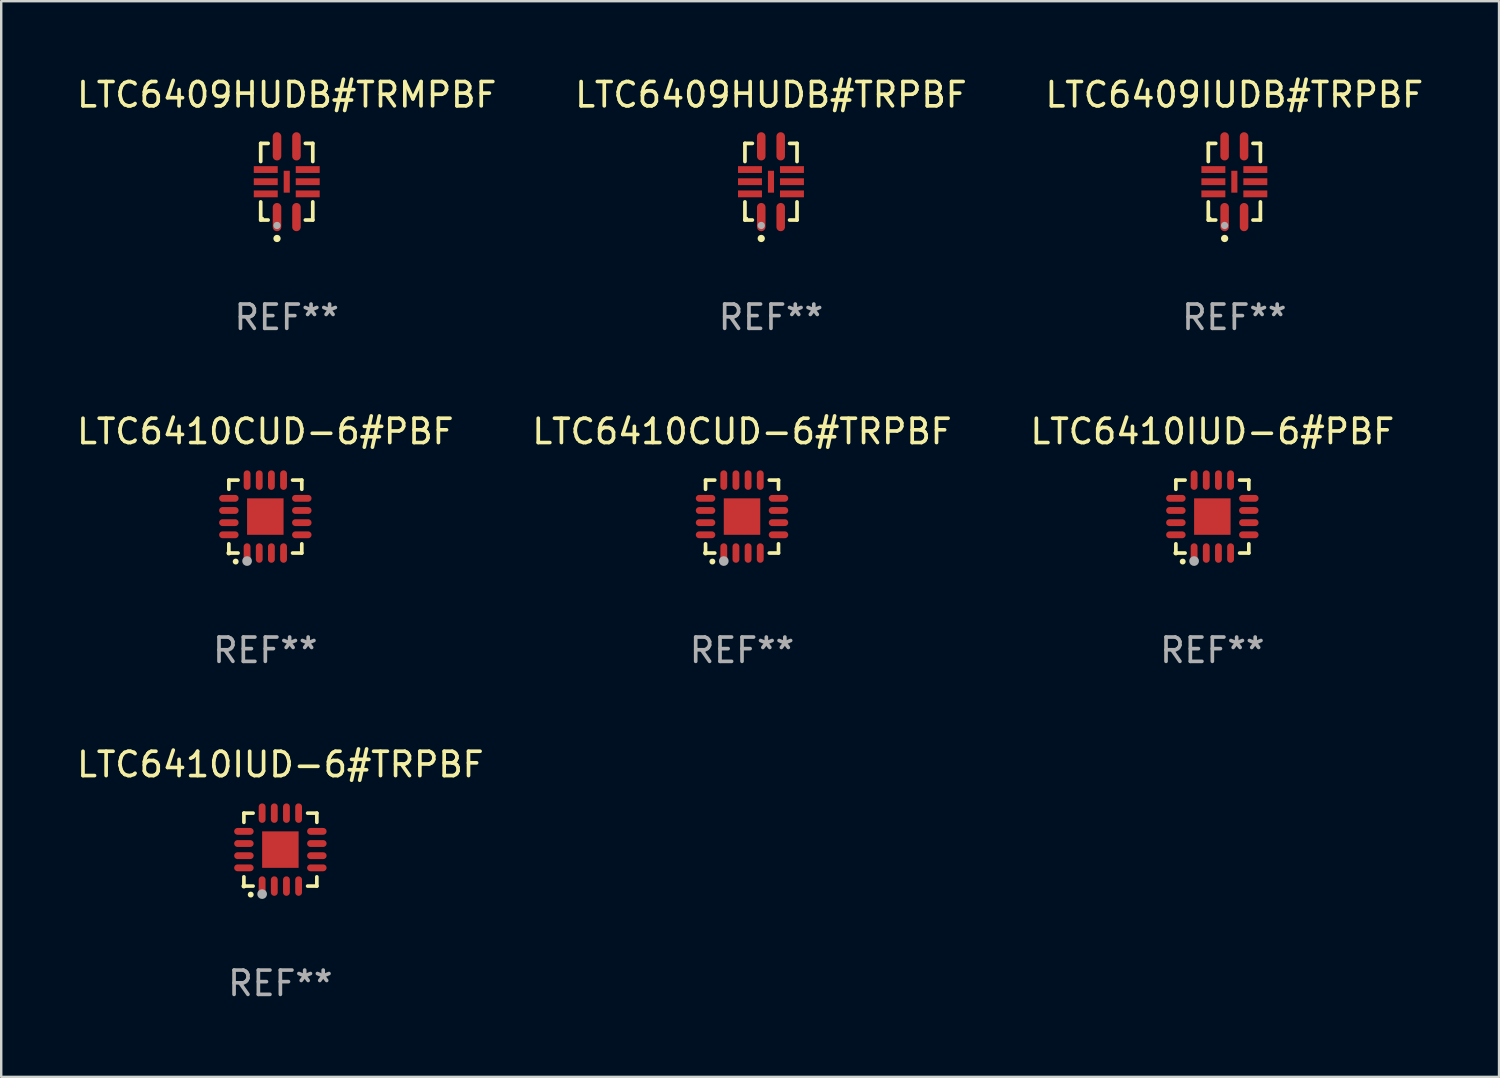
<source format=kicad_pcb>
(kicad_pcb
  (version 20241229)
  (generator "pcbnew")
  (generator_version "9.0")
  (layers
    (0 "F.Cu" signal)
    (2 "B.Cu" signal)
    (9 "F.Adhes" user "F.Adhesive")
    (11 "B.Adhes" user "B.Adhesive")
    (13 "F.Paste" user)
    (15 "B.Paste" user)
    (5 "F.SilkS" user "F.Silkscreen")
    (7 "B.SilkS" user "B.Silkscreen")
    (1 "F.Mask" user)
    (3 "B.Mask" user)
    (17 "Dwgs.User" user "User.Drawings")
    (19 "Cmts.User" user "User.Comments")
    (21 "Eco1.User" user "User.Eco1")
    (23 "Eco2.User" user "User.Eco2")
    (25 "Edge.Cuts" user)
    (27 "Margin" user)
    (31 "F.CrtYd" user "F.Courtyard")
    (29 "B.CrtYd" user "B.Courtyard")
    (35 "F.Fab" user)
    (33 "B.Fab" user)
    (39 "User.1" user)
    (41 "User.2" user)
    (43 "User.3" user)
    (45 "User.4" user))
  (footprint "LTC6409IUDB#TRPBF"
    (layer "F.Cu")
    (at 47.72 4.424)
    (property "Reference" "LTC6409IUDB#TRPBF" (at 0 -3.576 0) (layer "F.SilkS") (effects (font (size 1 1) (thickness 0.15))))
    (attr through_hole)
    (fp_line (start -1.071 -1.576) (end -0.766 -1.576) (stroke (width 0.152) (type solid)) (layer "F.SilkS"))
    (fp_line (start -1.071 -0.831) (end -1.071 -1.576) (stroke (width 0.152) (type solid)) (layer "F.SilkS"))
    (fp_line (start -1.071 0.831) (end -1.071 1.576) (stroke (width 0.152) (type solid)) (layer "F.SilkS"))
    (fp_line (start -1.071 1.576) (end -0.766 1.576) (stroke (width 0.152) (type solid)) (layer "F.SilkS"))
    (fp_line (start 1.071 -1.576) (end 0.766 -1.576) (stroke (width 0.152) (type solid)) (layer "F.SilkS"))
    (fp_line (start 1.071 -0.831) (end 1.071 -1.576) (stroke (width 0.152) (type solid)) (layer "F.SilkS"))
    (fp_line (start 1.071 0.831) (end 1.071 1.576) (stroke (width 0.152) (type solid)) (layer "F.SilkS"))
    (fp_line (start 1.071 1.576) (end 0.766 1.576) (stroke (width 0.152) (type solid)) (layer "F.SilkS"))
    (fp_circle (center -0.995 1.5) (end -0.965 1.5) (stroke (width 0.06) (type solid)) (fill no) (layer "F.SilkS"))
    (fp_circle (center -0.4 2.335) (end -0.325 2.335) (stroke (width 0.15) (type solid)) (fill no) (layer "F.SilkS"))
    (fp_circle (center -0.4 1.8) (end -0.325 1.8) (stroke (width 0.15) (type solid)) (fill no) (layer "F.Fab"))
    (fp_text user "REF**" (at 0 5.576 0) (layer "F.Fab") (effects (font (size 1 1) (thickness 0.15))))
    (pad "1" smd oval (at -0.4 1.455) (size 0.35 1.16) (layers "F.Cu" "F.Mask" "F.Paste"))
    (pad "2" smd oval (at 0.4 1.455) (size 0.35 1.16) (layers "F.Cu" "F.Mask" "F.Paste"))
    (pad "3" smd rect (at 0.863 0.5) (size 0.985 0.28) (layers "F.Cu" "F.Mask" "F.Paste"))
    (pad "4" smd rect (at 0.863 0) (size 0.985 0.28) (layers "F.Cu" "F.Mask" "F.Paste"))
    (pad "5" smd rect (at 0.863 -0.5) (size 0.985 0.28) (layers "F.Cu" "F.Mask" "F.Paste"))
    (pad "6" smd oval (at 0.4 -1.455) (size 0.35 1.16) (layers "F.Cu" "F.Mask" "F.Paste"))
    (pad "7" smd oval (at -0.4 -1.455) (size 0.35 1.16) (layers "F.Cu" "F.Mask" "F.Paste"))
    (pad "8" smd rect (at -0.863 -0.5) (size 0.985 0.28) (layers "F.Cu" "F.Mask" "F.Paste"))
    (pad "9" smd rect (at -0.863 0) (size 0.985 0.28) (layers "F.Cu" "F.Mask" "F.Paste"))
    (pad "10" smd rect (at -0.863 0.5) (size 0.985 0.28) (layers "F.Cu" "F.Mask" "F.Paste"))
    (pad "11" smd rect (at 0 0) (size 0.25 0.9) (layers "F.Cu" "F.Mask" "F.Paste")))
  (footprint "LTC6410CUD-6#TRPBF"
    (layer "F.Cu")
    (at 27.47 18.197)
    (property "Reference" "LTC6410CUD-6#TRPBF" (at 0 -3.5 0) (layer "F.SilkS") (effects (font (size 1 1) (thickness 0.15))))
    (attr through_hole)
    (fp_line (start -1.5 -1.5) (end -1.121 -1.5) (stroke (width 0.15) (type solid)) (layer "F.SilkS"))
    (fp_line (start -1.5 -1.122) (end -1.5 -1.5) (stroke (width 0.15) (type solid)) (layer "F.SilkS"))
    (fp_line (start -1.5 1.5) (end -1.5 1.121) (stroke (width 0.15) (type solid)) (layer "F.SilkS"))
    (fp_line (start -1.121 1.5) (end -1.5 1.5) (stroke (width 0.15) (type solid)) (layer "F.SilkS"))
    (fp_line (start 1.121 -1.5) (end 1.5 -1.5) (stroke (width 0.15) (type solid)) (layer "F.SilkS"))
    (fp_line (start 1.5 -1.5) (end 1.5 -1.122) (stroke (width 0.15) (type solid)) (layer "F.SilkS"))
    (fp_line (start 1.5 1.121) (end 1.5 1.5) (stroke (width 0.15) (type solid)) (layer "F.SilkS"))
    (fp_line (start 1.5 1.5) (end 1.121 1.5) (stroke (width 0.15) (type solid)) (layer "F.SilkS"))
    (fp_arc (start -1.219926 1.850254) (mid -1.21891 1.85025) (end -1.217894 1.850254) (stroke (width 0.240005) (type solid)) (layer "F.SilkS"))
    (fp_circle (center -1.5 1.5) (end -1.45 1.5) (stroke (width 0.1) (type solid)) (fill no) (layer "F.SilkS"))
    (fp_circle (center -0.75 1.83) (end -0.65 1.83) (stroke (width 0.2) (type solid)) (fill no) (layer "F.Fab"))
    (fp_text user "REF**" (at 0 5.5 0) (layer "F.Fab") (effects (font (size 1 1) (thickness 0.15))))
    (pad "1" smd oval (at -0.75 1.5) (size 0.28 0.8) (layers "F.Cu" "F.Mask" "F.Paste"))
    (pad "2" smd oval (at -0.25 1.5) (size 0.28 0.8) (layers "F.Cu" "F.Mask" "F.Paste"))
    (pad "3" smd oval (at 0.25 1.5) (size 0.28 0.8) (layers "F.Cu" "F.Mask" "F.Paste"))
    (pad "4" smd oval (at 0.75 1.5) (size 0.28 0.8) (layers "F.Cu" "F.Mask" "F.Paste"))
    (pad "5" smd oval (at 1.5 0.75) (size 0.8 0.28) (layers "F.Cu" "F.Mask" "F.Paste"))
    (pad "6" smd oval (at 1.5 0.25) (size 0.8 0.28) (layers "F.Cu" "F.Mask" "F.Paste"))
    (pad "7" smd oval (at 1.5 -0.25) (size 0.8 0.28) (layers "F.Cu" "F.Mask" "F.Paste"))
    (pad "8" smd oval (at 1.5 -0.75) (size 0.8 0.28) (layers "F.Cu" "F.Mask" "F.Paste"))
    (pad "9" smd oval (at 0.75 -1.5) (size 0.28 0.8) (layers "F.Cu" "F.Mask" "F.Paste"))
    (pad "10" smd oval (at 0.25 -1.5) (size 0.28 0.8) (layers "F.Cu" "F.Mask" "F.Paste"))
    (pad "11" smd oval (at -0.25 -1.5) (size 0.28 0.8) (layers "F.Cu" "F.Mask" "F.Paste"))
    (pad "12" smd oval (at -0.75 -1.5) (size 0.28 0.8) (layers "F.Cu" "F.Mask" "F.Paste"))
    (pad "13" smd oval (at -1.5 -0.75) (size 0.8 0.28) (layers "F.Cu" "F.Mask" "F.Paste"))
    (pad "14" smd oval (at -1.5 -0.25) (size 0.8 0.28) (layers "F.Cu" "F.Mask" "F.Paste"))
    (pad "15" smd oval (at -1.5 0.25) (size 0.8 0.28) (layers "F.Cu" "F.Mask" "F.Paste"))
    (pad "16" smd oval (at -1.5 0.75) (size 0.8 0.28) (layers "F.Cu" "F.Mask" "F.Paste"))
    (pad "17" smd rect (at -0.000064 0.000165) (size 1.5 1.5) (layers "F.Cu" "F.Mask" "F.Paste")))
  (footprint "LTC6409HUDB#TRPBF"
    (layer "F.Cu")
    (at 28.661 4.424)
    (property "Reference" "LTC6409HUDB#TRPBF" (at 0 -3.576 0) (layer "F.SilkS") (effects (font (size 1 1) (thickness 0.15))))
    (attr through_hole)
    (fp_line (start -1.071 -1.576) (end -0.766 -1.576) (stroke (width 0.152) (type solid)) (layer "F.SilkS"))
    (fp_line (start -1.071 -0.831) (end -1.071 -1.576) (stroke (width 0.152) (type solid)) (layer "F.SilkS"))
    (fp_line (start -1.071 0.831) (end -1.071 1.576) (stroke (width 0.152) (type solid)) (layer "F.SilkS"))
    (fp_line (start -1.071 1.576) (end -0.766 1.576) (stroke (width 0.152) (type solid)) (layer "F.SilkS"))
    (fp_line (start 1.071 -1.576) (end 0.766 -1.576) (stroke (width 0.152) (type solid)) (layer "F.SilkS"))
    (fp_line (start 1.071 -0.831) (end 1.071 -1.576) (stroke (width 0.152) (type solid)) (layer "F.SilkS"))
    (fp_line (start 1.071 0.831) (end 1.071 1.576) (stroke (width 0.152) (type solid)) (layer "F.SilkS"))
    (fp_line (start 1.071 1.576) (end 0.766 1.576) (stroke (width 0.152) (type solid)) (layer "F.SilkS"))
    (fp_circle (center -0.995 1.5) (end -0.965 1.5) (stroke (width 0.06) (type solid)) (fill no) (layer "F.SilkS"))
    (fp_circle (center -0.4 2.335) (end -0.325 2.335) (stroke (width 0.15) (type solid)) (fill no) (layer "F.SilkS"))
    (fp_circle (center -0.4 1.8) (end -0.325 1.8) (stroke (width 0.15) (type solid)) (fill no) (layer "F.Fab"))
    (fp_text user "REF**" (at 0 5.576 0) (layer "F.Fab") (effects (font (size 1 1) (thickness 0.15))))
    (pad "1" smd oval (at -0.4 1.455) (size 0.35 1.16) (layers "F.Cu" "F.Mask" "F.Paste"))
    (pad "2" smd oval (at 0.4 1.455) (size 0.35 1.16) (layers "F.Cu" "F.Mask" "F.Paste"))
    (pad "3" smd rect (at 0.863 0.5) (size 0.985 0.28) (layers "F.Cu" "F.Mask" "F.Paste"))
    (pad "4" smd rect (at 0.863 0) (size 0.985 0.28) (layers "F.Cu" "F.Mask" "F.Paste"))
    (pad "5" smd rect (at 0.863 -0.5) (size 0.985 0.28) (layers "F.Cu" "F.Mask" "F.Paste"))
    (pad "6" smd oval (at 0.4 -1.455) (size 0.35 1.16) (layers "F.Cu" "F.Mask" "F.Paste"))
    (pad "7" smd oval (at -0.4 -1.455) (size 0.35 1.16) (layers "F.Cu" "F.Mask" "F.Paste"))
    (pad "8" smd rect (at -0.863 -0.5) (size 0.985 0.28) (layers "F.Cu" "F.Mask" "F.Paste"))
    (pad "9" smd rect (at -0.863 0) (size 0.985 0.28) (layers "F.Cu" "F.Mask" "F.Paste"))
    (pad "10" smd rect (at -0.863 0.5) (size 0.985 0.28) (layers "F.Cu" "F.Mask" "F.Paste"))
    (pad "11" smd rect (at 0 0) (size 0.25 0.9) (layers "F.Cu" "F.Mask" "F.Paste")))
  (footprint "LTC6409HUDB#TRMPBF"
    (layer "F.Cu")
    (at 8.744 4.424)
    (property "Reference" "LTC6409HUDB#TRMPBF" (at 0 -3.576 0) (layer "F.SilkS") (effects (font (size 1 1) (thickness 0.15))))
    (attr through_hole)
    (fp_line (start -1.071 -1.576) (end -0.766 -1.576) (stroke (width 0.152) (type solid)) (layer "F.SilkS"))
    (fp_line (start -1.071 -0.831) (end -1.071 -1.576) (stroke (width 0.152) (type solid)) (layer "F.SilkS"))
    (fp_line (start -1.071 0.831) (end -1.071 1.576) (stroke (width 0.152) (type solid)) (layer "F.SilkS"))
    (fp_line (start -1.071 1.576) (end -0.766 1.576) (stroke (width 0.152) (type solid)) (layer "F.SilkS"))
    (fp_line (start 1.071 -1.576) (end 0.766 -1.576) (stroke (width 0.152) (type solid)) (layer "F.SilkS"))
    (fp_line (start 1.071 -0.831) (end 1.071 -1.576) (stroke (width 0.152) (type solid)) (layer "F.SilkS"))
    (fp_line (start 1.071 0.831) (end 1.071 1.576) (stroke (width 0.152) (type solid)) (layer "F.SilkS"))
    (fp_line (start 1.071 1.576) (end 0.766 1.576) (stroke (width 0.152) (type solid)) (layer "F.SilkS"))
    (fp_circle (center -0.995 1.5) (end -0.965 1.5) (stroke (width 0.06) (type solid)) (fill no) (layer "F.SilkS"))
    (fp_circle (center -0.4 2.335) (end -0.325 2.335) (stroke (width 0.15) (type solid)) (fill no) (layer "F.SilkS"))
    (fp_circle (center -0.4 1.8) (end -0.325 1.8) (stroke (width 0.15) (type solid)) (fill no) (layer "F.Fab"))
    (fp_text user "REF**" (at 0 5.576 0) (layer "F.Fab") (effects (font (size 1 1) (thickness 0.15))))
    (pad "1" smd oval (at -0.4 1.455) (size 0.35 1.16) (layers "F.Cu" "F.Mask" "F.Paste"))
    (pad "2" smd oval (at 0.4 1.455) (size 0.35 1.16) (layers "F.Cu" "F.Mask" "F.Paste"))
    (pad "3" smd rect (at 0.863 0.5) (size 0.985 0.28) (layers "F.Cu" "F.Mask" "F.Paste"))
    (pad "4" smd rect (at 0.863 0) (size 0.985 0.28) (layers "F.Cu" "F.Mask" "F.Paste"))
    (pad "5" smd rect (at 0.863 -0.5) (size 0.985 0.28) (layers "F.Cu" "F.Mask" "F.Paste"))
    (pad "6" smd oval (at 0.4 -1.455) (size 0.35 1.16) (layers "F.Cu" "F.Mask" "F.Paste"))
    (pad "7" smd oval (at -0.4 -1.455) (size 0.35 1.16) (layers "F.Cu" "F.Mask" "F.Paste"))
    (pad "8" smd rect (at -0.863 -0.5) (size 0.985 0.28) (layers "F.Cu" "F.Mask" "F.Paste"))
    (pad "9" smd rect (at -0.863 0) (size 0.985 0.28) (layers "F.Cu" "F.Mask" "F.Paste"))
    (pad "10" smd rect (at -0.863 0.5) (size 0.985 0.28) (layers "F.Cu" "F.Mask" "F.Paste"))
    (pad "11" smd rect (at 0 0) (size 0.25 0.9) (layers "F.Cu" "F.Mask" "F.Paste")))
  (footprint "LTC6410CUD-6#PBF"
    (layer "F.Cu")
    (at 7.863 18.197)
    (property "Reference" "LTC6410CUD-6#PBF" (at 0 -3.5 0) (layer "F.SilkS") (effects (font (size 1 1) (thickness 0.15))))
    (attr through_hole)
    (fp_line (start -1.5 -1.5) (end -1.121 -1.5) (stroke (width 0.15) (type solid)) (layer "F.SilkS"))
    (fp_line (start -1.5 -1.122) (end -1.5 -1.5) (stroke (width 0.15) (type solid)) (layer "F.SilkS"))
    (fp_line (start -1.5 1.5) (end -1.5 1.121) (stroke (width 0.15) (type solid)) (layer "F.SilkS"))
    (fp_line (start -1.121 1.5) (end -1.5 1.5) (stroke (width 0.15) (type solid)) (layer "F.SilkS"))
    (fp_line (start 1.121 -1.5) (end 1.5 -1.5) (stroke (width 0.15) (type solid)) (layer "F.SilkS"))
    (fp_line (start 1.5 -1.5) (end 1.5 -1.122) (stroke (width 0.15) (type solid)) (layer "F.SilkS"))
    (fp_line (start 1.5 1.121) (end 1.5 1.5) (stroke (width 0.15) (type solid)) (layer "F.SilkS"))
    (fp_line (start 1.5 1.5) (end 1.121 1.5) (stroke (width 0.15) (type solid)) (layer "F.SilkS"))
    (fp_arc (start -1.219926 1.850254) (mid -1.21891 1.85025) (end -1.217894 1.850254) (stroke (width 0.240005) (type solid)) (layer "F.SilkS"))
    (fp_circle (center -1.5 1.5) (end -1.45 1.5) (stroke (width 0.1) (type solid)) (fill no) (layer "F.SilkS"))
    (fp_circle (center -0.75 1.83) (end -0.65 1.83) (stroke (width 0.2) (type solid)) (fill no) (layer "F.Fab"))
    (fp_text user "REF**" (at 0 5.5 0) (layer "F.Fab") (effects (font (size 1 1) (thickness 0.15))))
    (pad "1" smd oval (at -0.75 1.5) (size 0.28 0.8) (layers "F.Cu" "F.Mask" "F.Paste"))
    (pad "2" smd oval (at -0.25 1.5) (size 0.28 0.8) (layers "F.Cu" "F.Mask" "F.Paste"))
    (pad "3" smd oval (at 0.25 1.5) (size 0.28 0.8) (layers "F.Cu" "F.Mask" "F.Paste"))
    (pad "4" smd oval (at 0.75 1.5) (size 0.28 0.8) (layers "F.Cu" "F.Mask" "F.Paste"))
    (pad "5" smd oval (at 1.5 0.75) (size 0.8 0.28) (layers "F.Cu" "F.Mask" "F.Paste"))
    (pad "6" smd oval (at 1.5 0.25) (size 0.8 0.28) (layers "F.Cu" "F.Mask" "F.Paste"))
    (pad "7" smd oval (at 1.5 -0.25) (size 0.8 0.28) (layers "F.Cu" "F.Mask" "F.Paste"))
    (pad "8" smd oval (at 1.5 -0.75) (size 0.8 0.28) (layers "F.Cu" "F.Mask" "F.Paste"))
    (pad "9" smd oval (at 0.75 -1.5) (size 0.28 0.8) (layers "F.Cu" "F.Mask" "F.Paste"))
    (pad "10" smd oval (at 0.25 -1.5) (size 0.28 0.8) (layers "F.Cu" "F.Mask" "F.Paste"))
    (pad "11" smd oval (at -0.25 -1.5) (size 0.28 0.8) (layers "F.Cu" "F.Mask" "F.Paste"))
    (pad "12" smd oval (at -0.75 -1.5) (size 0.28 0.8) (layers "F.Cu" "F.Mask" "F.Paste"))
    (pad "13" smd oval (at -1.5 -0.75) (size 0.8 0.28) (layers "F.Cu" "F.Mask" "F.Paste"))
    (pad "14" smd oval (at -1.5 -0.25) (size 0.8 0.28) (layers "F.Cu" "F.Mask" "F.Paste"))
    (pad "15" smd oval (at -1.5 0.25) (size 0.8 0.28) (layers "F.Cu" "F.Mask" "F.Paste"))
    (pad "16" smd oval (at -1.5 0.75) (size 0.8 0.28) (layers "F.Cu" "F.Mask" "F.Paste"))
    (pad "17" smd rect (at -0.000064 0.000165) (size 1.5 1.5) (layers "F.Cu" "F.Mask" "F.Paste")))
  (footprint "LTC6410IUD-6#TRPBF"
    (layer "F.Cu")
    (at 8.482 31.895)
    (property "Reference" "LTC6410IUD-6#TRPBF" (at 0 -3.5 0) (layer "F.SilkS") (effects (font (size 1 1) (thickness 0.15))))
    (attr through_hole)
    (fp_line (start -1.5 -1.5) (end -1.121 -1.5) (stroke (width 0.15) (type solid)) (layer "F.SilkS"))
    (fp_line (start -1.5 -1.122) (end -1.5 -1.5) (stroke (width 0.15) (type solid)) (layer "F.SilkS"))
    (fp_line (start -1.5 1.5) (end -1.5 1.121) (stroke (width 0.15) (type solid)) (layer "F.SilkS"))
    (fp_line (start -1.121 1.5) (end -1.5 1.5) (stroke (width 0.15) (type solid)) (layer "F.SilkS"))
    (fp_line (start 1.121 -1.5) (end 1.5 -1.5) (stroke (width 0.15) (type solid)) (layer "F.SilkS"))
    (fp_line (start 1.5 -1.5) (end 1.5 -1.122) (stroke (width 0.15) (type solid)) (layer "F.SilkS"))
    (fp_line (start 1.5 1.121) (end 1.5 1.5) (stroke (width 0.15) (type solid)) (layer "F.SilkS"))
    (fp_line (start 1.5 1.5) (end 1.121 1.5) (stroke (width 0.15) (type solid)) (layer "F.SilkS"))
    (fp_arc (start -1.219926 1.850254) (mid -1.21891 1.85025) (end -1.217894 1.850254) (stroke (width 0.240005) (type solid)) (layer "F.SilkS"))
    (fp_circle (center -1.5 1.5) (end -1.45 1.5) (stroke (width 0.1) (type solid)) (fill no) (layer "F.SilkS"))
    (fp_circle (center -0.75 1.83) (end -0.65 1.83) (stroke (width 0.2) (type solid)) (fill no) (layer "F.Fab"))
    (fp_text user "REF**" (at 0 5.5 0) (layer "F.Fab") (effects (font (size 1 1) (thickness 0.15))))
    (pad "1" smd oval (at -0.75 1.5) (size 0.28 0.8) (layers "F.Cu" "F.Mask" "F.Paste"))
    (pad "2" smd oval (at -0.25 1.5) (size 0.28 0.8) (layers "F.Cu" "F.Mask" "F.Paste"))
    (pad "3" smd oval (at 0.25 1.5) (size 0.28 0.8) (layers "F.Cu" "F.Mask" "F.Paste"))
    (pad "4" smd oval (at 0.75 1.5) (size 0.28 0.8) (layers "F.Cu" "F.Mask" "F.Paste"))
    (pad "5" smd oval (at 1.5 0.75) (size 0.8 0.28) (layers "F.Cu" "F.Mask" "F.Paste"))
    (pad "6" smd oval (at 1.5 0.25) (size 0.8 0.28) (layers "F.Cu" "F.Mask" "F.Paste"))
    (pad "7" smd oval (at 1.5 -0.25) (size 0.8 0.28) (layers "F.Cu" "F.Mask" "F.Paste"))
    (pad "8" smd oval (at 1.5 -0.75) (size 0.8 0.28) (layers "F.Cu" "F.Mask" "F.Paste"))
    (pad "9" smd oval (at 0.75 -1.5) (size 0.28 0.8) (layers "F.Cu" "F.Mask" "F.Paste"))
    (pad "10" smd oval (at 0.25 -1.5) (size 0.28 0.8) (layers "F.Cu" "F.Mask" "F.Paste"))
    (pad "11" smd oval (at -0.25 -1.5) (size 0.28 0.8) (layers "F.Cu" "F.Mask" "F.Paste"))
    (pad "12" smd oval (at -0.75 -1.5) (size 0.28 0.8) (layers "F.Cu" "F.Mask" "F.Paste"))
    (pad "13" smd oval (at -1.5 -0.75) (size 0.8 0.28) (layers "F.Cu" "F.Mask" "F.Paste"))
    (pad "14" smd oval (at -1.5 -0.25) (size 0.8 0.28) (layers "F.Cu" "F.Mask" "F.Paste"))
    (pad "15" smd oval (at -1.5 0.25) (size 0.8 0.28) (layers "F.Cu" "F.Mask" "F.Paste"))
    (pad "16" smd oval (at -1.5 0.75) (size 0.8 0.28) (layers "F.Cu" "F.Mask" "F.Paste"))
    (pad "17" smd rect (at -0.000064 0.000165) (size 1.5 1.5) (layers "F.Cu" "F.Mask" "F.Paste")))
  (footprint "LTC6410IUD-6#PBF"
    (layer "F.Cu")
    (at 46.815 18.197)
    (property "Reference" "LTC6410IUD-6#PBF" (at 0 -3.5 0) (layer "F.SilkS") (effects (font (size 1 1) (thickness 0.15))))
    (attr through_hole)
    (fp_line (start -1.5 -1.5) (end -1.121 -1.5) (stroke (width 0.15) (type solid)) (layer "F.SilkS"))
    (fp_line (start -1.5 -1.122) (end -1.5 -1.5) (stroke (width 0.15) (type solid)) (layer "F.SilkS"))
    (fp_line (start -1.5 1.5) (end -1.5 1.121) (stroke (width 0.15) (type solid)) (layer "F.SilkS"))
    (fp_line (start -1.121 1.5) (end -1.5 1.5) (stroke (width 0.15) (type solid)) (layer "F.SilkS"))
    (fp_line (start 1.121 -1.5) (end 1.5 -1.5) (stroke (width 0.15) (type solid)) (layer "F.SilkS"))
    (fp_line (start 1.5 -1.5) (end 1.5 -1.122) (stroke (width 0.15) (type solid)) (layer "F.SilkS"))
    (fp_line (start 1.5 1.121) (end 1.5 1.5) (stroke (width 0.15) (type solid)) (layer "F.SilkS"))
    (fp_line (start 1.5 1.5) (end 1.121 1.5) (stroke (width 0.15) (type solid)) (layer "F.SilkS"))
    (fp_arc (start -1.219926 1.850254) (mid -1.21891 1.85025) (end -1.217894 1.850254) (stroke (width 0.240005) (type solid)) (layer "F.SilkS"))
    (fp_circle (center -1.5 1.5) (end -1.45 1.5) (stroke (width 0.1) (type solid)) (fill no) (layer "F.SilkS"))
    (fp_circle (center -0.75 1.83) (end -0.65 1.83) (stroke (width 0.2) (type solid)) (fill no) (layer "F.Fab"))
    (fp_text user "REF**" (at 0 5.5 0) (layer "F.Fab") (effects (font (size 1 1) (thickness 0.15))))
    (pad "1" smd oval (at -0.75 1.5) (size 0.28 0.8) (layers "F.Cu" "F.Mask" "F.Paste"))
    (pad "2" smd oval (at -0.25 1.5) (size 0.28 0.8) (layers "F.Cu" "F.Mask" "F.Paste"))
    (pad "3" smd oval (at 0.25 1.5) (size 0.28 0.8) (layers "F.Cu" "F.Mask" "F.Paste"))
    (pad "4" smd oval (at 0.75 1.5) (size 0.28 0.8) (layers "F.Cu" "F.Mask" "F.Paste"))
    (pad "5" smd oval (at 1.5 0.75) (size 0.8 0.28) (layers "F.Cu" "F.Mask" "F.Paste"))
    (pad "6" smd oval (at 1.5 0.25) (size 0.8 0.28) (layers "F.Cu" "F.Mask" "F.Paste"))
    (pad "7" smd oval (at 1.5 -0.25) (size 0.8 0.28) (layers "F.Cu" "F.Mask" "F.Paste"))
    (pad "8" smd oval (at 1.5 -0.75) (size 0.8 0.28) (layers "F.Cu" "F.Mask" "F.Paste"))
    (pad "9" smd oval (at 0.75 -1.5) (size 0.28 0.8) (layers "F.Cu" "F.Mask" "F.Paste"))
    (pad "10" smd oval (at 0.25 -1.5) (size 0.28 0.8) (layers "F.Cu" "F.Mask" "F.Paste"))
    (pad "11" smd oval (at -0.25 -1.5) (size 0.28 0.8) (layers "F.Cu" "F.Mask" "F.Paste"))
    (pad "12" smd oval (at -0.75 -1.5) (size 0.28 0.8) (layers "F.Cu" "F.Mask" "F.Paste"))
    (pad "13" smd oval (at -1.5 -0.75) (size 0.8 0.28) (layers "F.Cu" "F.Mask" "F.Paste"))
    (pad "14" smd oval (at -1.5 -0.25) (size 0.8 0.28) (layers "F.Cu" "F.Mask" "F.Paste"))
    (pad "15" smd oval (at -1.5 0.25) (size 0.8 0.28) (layers "F.Cu" "F.Mask" "F.Paste"))
    (pad "16" smd oval (at -1.5 0.75) (size 0.8 0.28) (layers "F.Cu" "F.Mask" "F.Paste"))
    (pad "17" smd rect (at -0.000064 0.000165) (size 1.5 1.5) (layers "F.Cu" "F.Mask" "F.Paste")))
  (gr_rect
    (start -3 -3)
    (end 58.607 41.243)
    (stroke (width 0.1) (type default))
    (fill no)
    (layer "Edge.Cuts")))
</source>
